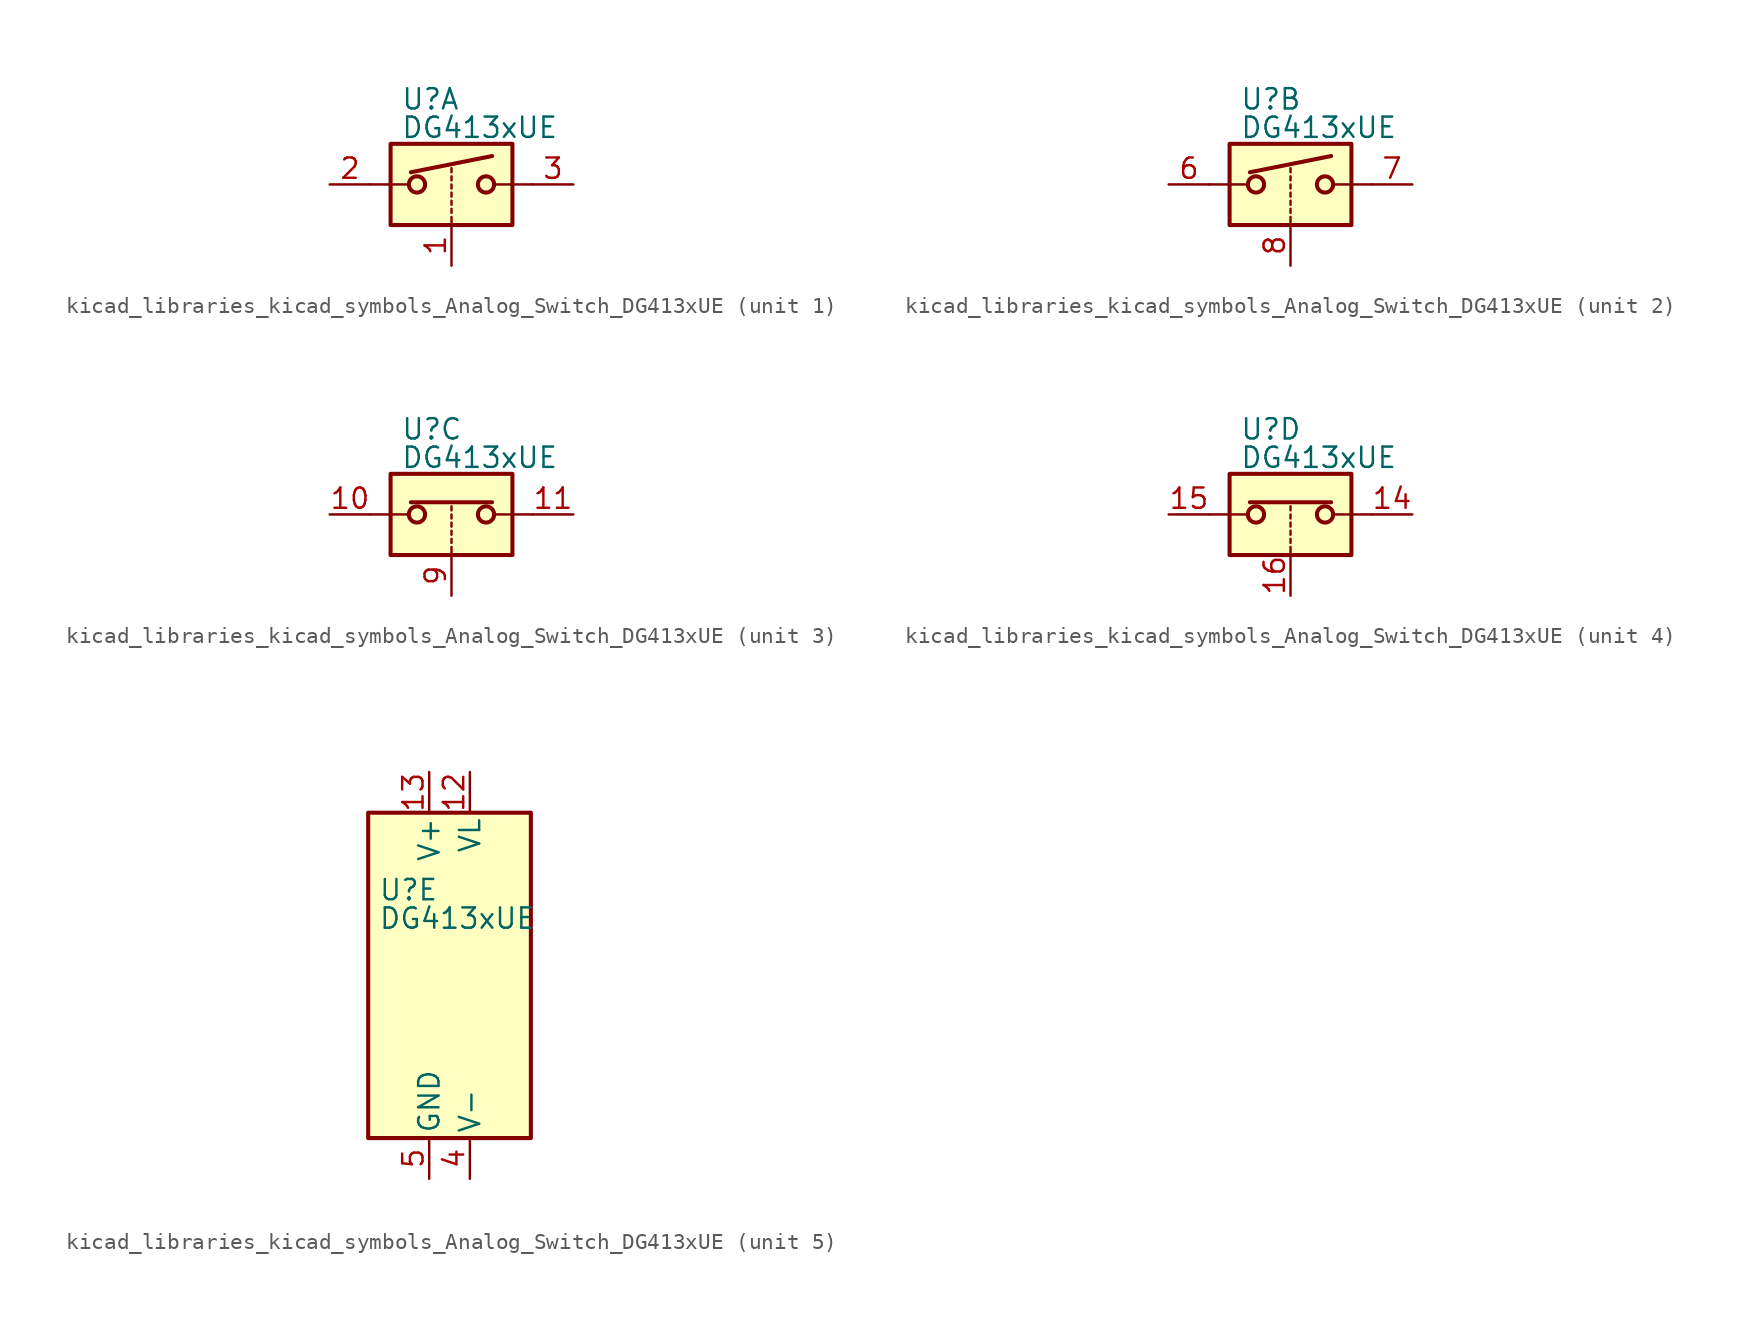
<source format=kicad_sym>
(kicad_symbol_lib
  (version 20220914)
  (generator kicad_symbol_editor)
  (symbol "kicad_libraries_kicad_symbols_Analog_Switch_DG413xUE"
    (pin_names
      (offset 0.254))
    (property "Reference" "U"
      (at -3.175 5.334 0)
      (effects (font (size 1.27 1.27)) (justify left)))
    (property "Value" "DG413xUE"
      (at -3.175 3.556 0)
      (effects (font (size 1.27 1.27)) (justify left)))
    (symbol "kicad_libraries_kicad_symbols_Analog_Switch_DG413xUE_1_1"
      (rectangle (start -3.81 2.54) (end 3.81 -2.54) (stroke (width 0.254) (type default)) (fill (type background)))
      (circle (center -2.159 0) (radius 0.508) (stroke (width 0.254) (type default)) (fill (type none)))
      (polyline (pts (xy -5.08 0) (xy -2.794 0)) (stroke (width 0) (type default)) (fill (type none)))
      (polyline (pts (xy -2.54 0.762) (xy 2.54 1.778)) (stroke (width 0.254) (type default)) (fill (type none)))
      (polyline (pts (xy 0 -2.54) (xy 0 -2.032)) (stroke (width 0) (type default)) (fill (type none)))
      (polyline (pts (xy 0 -1.778) (xy 0 -1.524)) (stroke (width 0) (type default)) (fill (type none)))
      (polyline (pts (xy 0 -1.27) (xy 0 -1.016)) (stroke (width 0) (type default)) (fill (type none)))
      (polyline (pts (xy 0 -0.762) (xy 0 -0.508)) (stroke (width 0) (type default)) (fill (type none)))
      (polyline (pts (xy 0 -0.254) (xy 0 0)) (stroke (width 0) (type default)) (fill (type none)))
      (polyline (pts (xy 0 0.254) (xy 0 0.508)) (stroke (width 0) (type default)) (fill (type none)))
      (polyline (pts (xy 0 0.762) (xy 0 1.016)) (stroke (width 0) (type default)) (fill (type none)))
      (polyline (pts (xy 5.08 0) (xy 2.794 0)) (stroke (width 0) (type default)) (fill (type none)))
      (circle (center 2.159 0) (radius 0.508) (stroke (width 0.254) (type default)) (fill (type none)))
      (pin input line (at 0 -5.08 90) (length 2.54) (name "~" (effects (font (size 1.27 1.27)))) (number "1" (effects (font (size 1.27 1.27)))))
      (pin passive line (at -7.62 0 0) (length 2.54) (name "~" (effects (font (size 1.27 1.27)))) (number "2" (effects (font (size 1.27 1.27)))))
      (pin passive line (at 7.62 0 180) (length 2.54) (name "~" (effects (font (size 1.27 1.27)))) (number "3" (effects (font (size 1.27 1.27))))))
    (symbol "kicad_libraries_kicad_symbols_Analog_Switch_DG413xUE_2_1"
      (rectangle (start -3.81 2.54) (end 3.81 -2.54) (stroke (width 0.254) (type default)) (fill (type background)))
      (circle (center -2.159 0) (radius 0.508) (stroke (width 0.254) (type default)) (fill (type none)))
      (polyline (pts (xy -5.08 0) (xy -2.794 0)) (stroke (width 0) (type default)) (fill (type none)))
      (polyline (pts (xy -2.54 0.762) (xy 2.54 1.778)) (stroke (width 0.254) (type default)) (fill (type none)))
      (polyline (pts (xy 0 -2.54) (xy 0 -2.032)) (stroke (width 0) (type default)) (fill (type none)))
      (polyline (pts (xy 0 -1.778) (xy 0 -1.524)) (stroke (width 0) (type default)) (fill (type none)))
      (polyline (pts (xy 0 -1.27) (xy 0 -1.016)) (stroke (width 0) (type default)) (fill (type none)))
      (polyline (pts (xy 0 -0.762) (xy 0 -0.508)) (stroke (width 0) (type default)) (fill (type none)))
      (polyline (pts (xy 0 -0.254) (xy 0 0)) (stroke (width 0) (type default)) (fill (type none)))
      (polyline (pts (xy 0 0.254) (xy 0 0.508)) (stroke (width 0) (type default)) (fill (type none)))
      (polyline (pts (xy 0 0.762) (xy 0 1.016)) (stroke (width 0) (type default)) (fill (type none)))
      (polyline (pts (xy 5.08 0) (xy 2.794 0)) (stroke (width 0) (type default)) (fill (type none)))
      (circle (center 2.159 0) (radius 0.508) (stroke (width 0.254) (type default)) (fill (type none)))
      (pin passive line (at -7.62 0 0) (length 2.54) (name "~" (effects (font (size 1.27 1.27)))) (number "6" (effects (font (size 1.27 1.27)))))
      (pin passive line (at 7.62 0 180) (length 2.54) (name "~" (effects (font (size 1.27 1.27)))) (number "7" (effects (font (size 1.27 1.27)))))
      (pin input line (at 0 -5.08 90) (length 2.54) (name "~" (effects (font (size 1.27 1.27)))) (number "8" (effects (font (size 1.27 1.27))))))
    (symbol "kicad_libraries_kicad_symbols_Analog_Switch_DG413xUE_3_1"
      (rectangle (start -3.81 2.54) (end 3.81 -2.54) (stroke (width 0.254) (type default)) (fill (type background)))
      (circle (center -2.159 0) (radius 0.508) (stroke (width 0.254) (type default)) (fill (type none)))
      (polyline (pts (xy -5.08 0) (xy -2.794 0)) (stroke (width 0) (type default)) (fill (type none)))
      (polyline (pts (xy -2.54 0.762) (xy 2.54 0.762)) (stroke (width 0.254) (type default)) (fill (type none)))
      (polyline (pts (xy 0 -2.54) (xy 0 -2.032)) (stroke (width 0) (type default)) (fill (type none)))
      (polyline (pts (xy 0 -1.778) (xy 0 -1.524)) (stroke (width 0) (type default)) (fill (type none)))
      (polyline (pts (xy 0 -1.27) (xy 0 -1.016)) (stroke (width 0) (type default)) (fill (type none)))
      (polyline (pts (xy 0 -0.762) (xy 0 -0.508)) (stroke (width 0) (type default)) (fill (type none)))
      (polyline (pts (xy 0 -0.254) (xy 0 0)) (stroke (width 0) (type default)) (fill (type none)))
      (polyline (pts (xy 0 0.254) (xy 0 0.508)) (stroke (width 0) (type default)) (fill (type none)))
      (polyline (pts (xy 5.08 0) (xy 2.794 0)) (stroke (width 0) (type default)) (fill (type none)))
      (circle (center 2.159 0) (radius 0.508) (stroke (width 0.254) (type default)) (fill (type none)))
      (pin passive line (at -7.62 0 0) (length 2.54) (name "~" (effects (font (size 1.27 1.27)))) (number "10" (effects (font (size 1.27 1.27)))))
      (pin passive line (at 7.62 0 180) (length 2.54) (name "~" (effects (font (size 1.27 1.27)))) (number "11" (effects (font (size 1.27 1.27)))))
      (pin input line (at 0 -5.08 90) (length 2.54) (name "~" (effects (font (size 1.27 1.27)))) (number "9" (effects (font (size 1.27 1.27))))))
    (symbol "kicad_libraries_kicad_symbols_Analog_Switch_DG413xUE_4_1"
      (rectangle (start -3.81 2.54) (end 3.81 -2.54) (stroke (width 0.254) (type default)) (fill (type background)))
      (circle (center -2.159 0) (radius 0.508) (stroke (width 0.254) (type default)) (fill (type none)))
      (polyline (pts (xy -5.08 0) (xy -2.794 0)) (stroke (width 0) (type default)) (fill (type none)))
      (polyline (pts (xy -2.54 0.762) (xy 2.54 0.762)) (stroke (width 0.254) (type default)) (fill (type none)))
      (polyline (pts (xy 0 -2.54) (xy 0 -2.032)) (stroke (width 0) (type default)) (fill (type none)))
      (polyline (pts (xy 0 -1.778) (xy 0 -1.524)) (stroke (width 0) (type default)) (fill (type none)))
      (polyline (pts (xy 0 -1.27) (xy 0 -1.016)) (stroke (width 0) (type default)) (fill (type none)))
      (polyline (pts (xy 0 -0.762) (xy 0 -0.508)) (stroke (width 0) (type default)) (fill (type none)))
      (polyline (pts (xy 0 -0.254) (xy 0 0)) (stroke (width 0) (type default)) (fill (type none)))
      (polyline (pts (xy 0 0.254) (xy 0 0.508)) (stroke (width 0) (type default)) (fill (type none)))
      (polyline (pts (xy 5.08 0) (xy 2.794 0)) (stroke (width 0) (type default)) (fill (type none)))
      (circle (center 2.159 0) (radius 0.508) (stroke (width 0.254) (type default)) (fill (type none)))
      (pin passive line (at 7.62 0 180) (length 2.54) (name "~" (effects (font (size 1.27 1.27)))) (number "14" (effects (font (size 1.27 1.27)))))
      (pin passive line (at -7.62 0 0) (length 2.54) (name "~" (effects (font (size 1.27 1.27)))) (number "15" (effects (font (size 1.27 1.27)))))
      (pin input line (at 0 -5.08 90) (length 2.54) (name "~" (effects (font (size 1.27 1.27)))) (number "16" (effects (font (size 1.27 1.27))))))
    (symbol "kicad_libraries_kicad_symbols_Analog_Switch_DG413xUE_5_0"
      (pin power_in line (at 2.54 12.7 270) (length 2.54) (name "VL" (effects (font (size 1.27 1.27)))) (number "12" (effects (font (size 1.27 1.27)))))
      (pin power_in line (at 0 12.7 270) (length 2.54) (name "V+" (effects (font (size 1.27 1.27)))) (number "13" (effects (font (size 1.27 1.27)))))
      (pin power_in line (at 2.54 -12.7 90) (length 2.54) (name "V-" (effects (font (size 1.27 1.27)))) (number "4" (effects (font (size 1.27 1.27)))))
      (pin power_in line (at 0 -12.7 90) (length 2.54) (name "GND" (effects (font (size 1.27 1.27)))) (number "5" (effects (font (size 1.27 1.27))))))
    (symbol "kicad_libraries_kicad_symbols_Analog_Switch_DG413xUE_5_1"
      (rectangle (start -3.81 10.16) (end 6.35 -10.16) (stroke (width 0.254) (type default)) (fill (type background))))))
</source>
